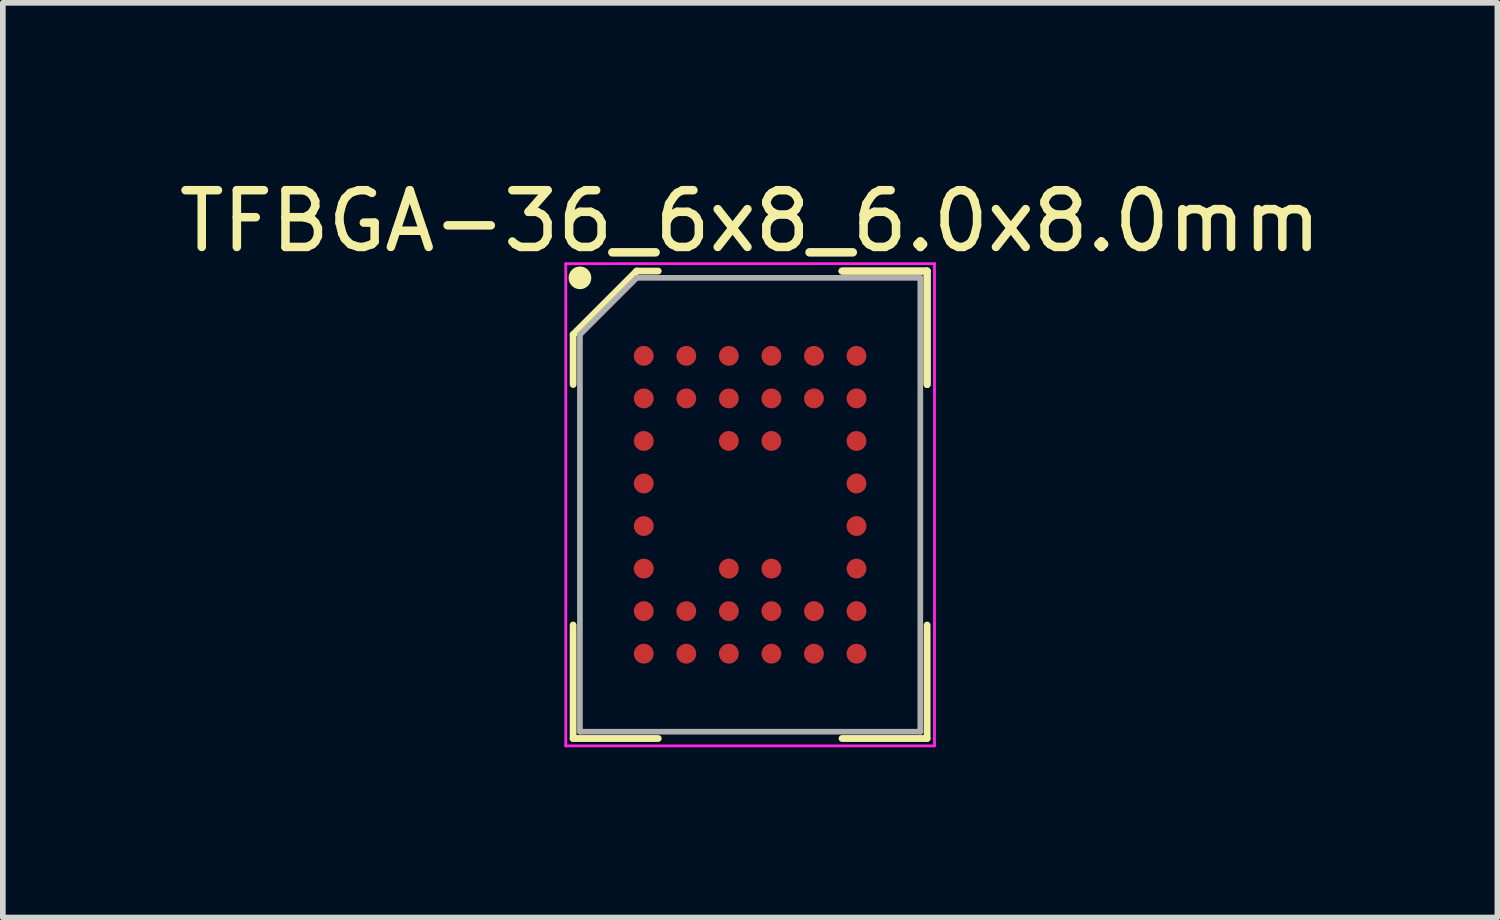
<source format=kicad_pcb>
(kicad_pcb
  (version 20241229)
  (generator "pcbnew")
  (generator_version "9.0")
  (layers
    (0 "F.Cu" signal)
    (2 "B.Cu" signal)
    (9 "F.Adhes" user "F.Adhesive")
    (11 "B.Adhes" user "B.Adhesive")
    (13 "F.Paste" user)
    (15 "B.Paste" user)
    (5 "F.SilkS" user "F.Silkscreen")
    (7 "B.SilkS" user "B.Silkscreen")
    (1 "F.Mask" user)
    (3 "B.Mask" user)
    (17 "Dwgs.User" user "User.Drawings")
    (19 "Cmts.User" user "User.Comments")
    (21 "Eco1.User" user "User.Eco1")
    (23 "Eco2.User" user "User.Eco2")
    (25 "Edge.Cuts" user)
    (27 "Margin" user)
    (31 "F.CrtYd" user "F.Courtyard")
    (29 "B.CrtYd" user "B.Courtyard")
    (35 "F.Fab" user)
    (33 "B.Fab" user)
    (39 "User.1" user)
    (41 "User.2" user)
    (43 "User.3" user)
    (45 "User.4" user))
  (footprint "TFBGA-36_6x8_6.0x8.0mm"
    (layer "F.Cu")
    (at 10.173 5.848)
    (property "Reference" "TFBGA-36_6x8_6.0x8.0mm" (at 0 -5 0) (layer "F.SilkS") (effects (font (size 1 1) (thickness 0.15))))
    (attr smd)
    (fp_line (start -3.12 -3) (end -3.12 -2.12) (stroke (width 0.12) (type solid)) (layer "F.SilkS"))
    (fp_line (start -3.12 4.12) (end -3.12 2.12) (stroke (width 0.12) (type solid)) (layer "F.SilkS"))
    (fp_line (start -2 -4.12) (end -3.12 -3) (stroke (width 0.12) (type solid)) (layer "F.SilkS"))
    (fp_line (start -1.62 -4.12) (end -2 -4.12) (stroke (width 0.12) (type solid)) (layer "F.SilkS"))
    (fp_line (start -1.62 4.12) (end -3.12 4.12) (stroke (width 0.12) (type solid)) (layer "F.SilkS"))
    (fp_line (start 1.62 -4.12) (end 3.12 -4.12) (stroke (width 0.12) (type solid)) (layer "F.SilkS"))
    (fp_line (start 1.62 -4.12) (end 3.12 -4.12) (stroke (width 0.12) (type solid)) (layer "F.SilkS"))
    (fp_line (start 1.62 -4.12) (end 3.12 -4.12) (stroke (width 0.12) (type solid)) (layer "F.SilkS"))
    (fp_line (start 1.62 4.12) (end 3.12 4.12) (stroke (width 0.12) (type solid)) (layer "F.SilkS"))
    (fp_line (start 3.12 -4.12) (end 3.12 -2.12) (stroke (width 0.12) (type solid)) (layer "F.SilkS"))
    (fp_line (start 3.12 -4.12) (end 3.12 -2.12) (stroke (width 0.12) (type solid)) (layer "F.SilkS"))
    (fp_line (start 3.12 -4.12) (end 3.12 -2.12) (stroke (width 0.12) (type solid)) (layer "F.SilkS"))
    (fp_line (start 3.12 4.12) (end 3.12 2.12) (stroke (width 0.12) (type solid)) (layer "F.SilkS"))
    (fp_circle (center -3 -4) (end -3 -3.9) (stroke (width 0.2) (type solid)) (fill no) (layer "F.SilkS"))
    (fp_line (start -3.25 -4.25) (end 3.25 -4.25) (stroke (width 0.05) (type solid)) (layer "F.CrtYd"))
    (fp_line (start -3.25 4.25) (end -3.25 -4.25) (stroke (width 0.05) (type solid)) (layer "F.CrtYd"))
    (fp_line (start 3.25 -4.25) (end 3.25 4.25) (stroke (width 0.05) (type solid)) (layer "F.CrtYd"))
    (fp_line (start 3.25 4.25) (end -3.25 4.25) (stroke (width 0.05) (type solid)) (layer "F.CrtYd"))
    (fp_line (start -3 -3) (end -3 4) (stroke (width 0.1) (type solid)) (layer "F.Fab"))
    (fp_line (start -3 4) (end 3 4) (stroke (width 0.1) (type solid)) (layer "F.Fab"))
    (fp_line (start -2 -4) (end -3 -3) (stroke (width 0.1) (type solid)) (layer "F.Fab"))
    (fp_line (start 3 -4) (end -2 -4) (stroke (width 0.1) (type solid)) (layer "F.Fab"))
    (fp_line (start 3 4) (end 3 -4) (stroke (width 0.1) (type solid)) (layer "F.Fab"))
    (pad "A1" smd circle (at -1.875 -2.625) (size 0.35 0.35) (layers "F.Cu" "F.Mask" "F.Paste"))
    (pad "A2" smd circle (at -1.125 -2.625) (size 0.35 0.35) (layers "F.Cu" "F.Mask" "F.Paste"))
    (pad "A3" smd circle (at -0.375 -2.625) (size 0.35 0.35) (layers "F.Cu" "F.Mask" "F.Paste"))
    (pad "A4" smd circle (at 0.375 -2.625) (size 0.35 0.35) (layers "F.Cu" "F.Mask" "F.Paste"))
    (pad "A5" smd circle (at 1.125 -2.625) (size 0.35 0.35) (layers "F.Cu" "F.Mask" "F.Paste"))
    (pad "A6" smd circle (at 1.875 -2.625) (size 0.35 0.35) (layers "F.Cu" "F.Mask" "F.Paste"))
    (pad "B1" smd circle (at -1.875 -1.875) (size 0.35 0.35) (layers "F.Cu" "F.Mask" "F.Paste"))
    (pad "B2" smd circle (at -1.125 -1.875) (size 0.35 0.35) (layers "F.Cu" "F.Mask" "F.Paste"))
    (pad "B3" smd circle (at -0.375 -1.875) (size 0.35 0.35) (layers "F.Cu" "F.Mask" "F.Paste"))
    (pad "B4" smd circle (at 0.375 -1.875) (size 0.35 0.35) (layers "F.Cu" "F.Mask" "F.Paste"))
    (pad "B5" smd circle (at 1.125 -1.875) (size 0.35 0.35) (layers "F.Cu" "F.Mask" "F.Paste"))
    (pad "B6" smd circle (at 1.875 -1.875) (size 0.35 0.35) (layers "F.Cu" "F.Mask" "F.Paste"))
    (pad "C1" smd circle (at -1.875 -1.125) (size 0.35 0.35) (layers "F.Cu" "F.Mask" "F.Paste"))
    (pad "C3" smd circle (at -0.375 -1.125) (size 0.35 0.35) (layers "F.Cu" "F.Mask" "F.Paste"))
    (pad "C4" smd circle (at 0.375 -1.125) (size 0.35 0.35) (layers "F.Cu" "F.Mask" "F.Paste"))
    (pad "C6" smd circle (at 1.875 -1.125) (size 0.35 0.35) (layers "F.Cu" "F.Mask" "F.Paste"))
    (pad "D1" smd circle (at -1.875 -0.375) (size 0.35 0.35) (layers "F.Cu" "F.Mask" "F.Paste"))
    (pad "D6" smd circle (at 1.875 -0.375) (size 0.35 0.35) (layers "F.Cu" "F.Mask" "F.Paste"))
    (pad "E1" smd circle (at -1.875 0.375) (size 0.35 0.35) (layers "F.Cu" "F.Mask" "F.Paste"))
    (pad "E6" smd circle (at 1.875 0.375) (size 0.35 0.35) (layers "F.Cu" "F.Mask" "F.Paste"))
    (pad "F1" smd circle (at -1.875 1.125) (size 0.35 0.35) (layers "F.Cu" "F.Mask" "F.Paste"))
    (pad "F3" smd circle (at -0.375 1.125) (size 0.35 0.35) (layers "F.Cu" "F.Mask" "F.Paste"))
    (pad "F4" smd circle (at 0.375 1.125) (size 0.35 0.35) (layers "F.Cu" "F.Mask" "F.Paste"))
    (pad "F6" smd circle (at 1.875 1.125) (size 0.35 0.35) (layers "F.Cu" "F.Mask" "F.Paste"))
    (pad "G1" smd circle (at -1.875 1.875) (size 0.35 0.35) (layers "F.Cu" "F.Mask" "F.Paste"))
    (pad "G2" smd circle (at -1.125 1.875) (size 0.35 0.35) (layers "F.Cu" "F.Mask" "F.Paste"))
    (pad "G3" smd circle (at -0.375 1.875) (size 0.35 0.35) (layers "F.Cu" "F.Mask" "F.Paste"))
    (pad "G4" smd circle (at 0.375 1.875) (size 0.35 0.35) (layers "F.Cu" "F.Mask" "F.Paste"))
    (pad "G5" smd circle (at 1.125 1.875) (size 0.35 0.35) (layers "F.Cu" "F.Mask" "F.Paste"))
    (pad "G6" smd circle (at 1.875 1.875) (size 0.35 0.35) (layers "F.Cu" "F.Mask" "F.Paste"))
    (pad "H1" smd circle (at -1.875 2.625) (size 0.35 0.35) (layers "F.Cu" "F.Mask" "F.Paste"))
    (pad "H2" smd circle (at -1.125 2.625) (size 0.35 0.35) (layers "F.Cu" "F.Mask" "F.Paste"))
    (pad "H3" smd circle (at -0.375 2.625) (size 0.35 0.35) (layers "F.Cu" "F.Mask" "F.Paste"))
    (pad "H4" smd circle (at 0.375 2.625) (size 0.35 0.35) (layers "F.Cu" "F.Mask" "F.Paste"))
    (pad "H5" smd circle (at 1.125 2.625) (size 0.35 0.35) (layers "F.Cu" "F.Mask" "F.Paste"))
    (pad "H6" smd circle (at 1.875 2.625) (size 0.35 0.35) (layers "F.Cu" "F.Mask" "F.Paste")))
  (gr_rect
    (start -3 -3)
    (end 23.345 13.123)
    (stroke (width 0.1) (type default))
    (fill no)
    (layer "Edge.Cuts")))
</source>
